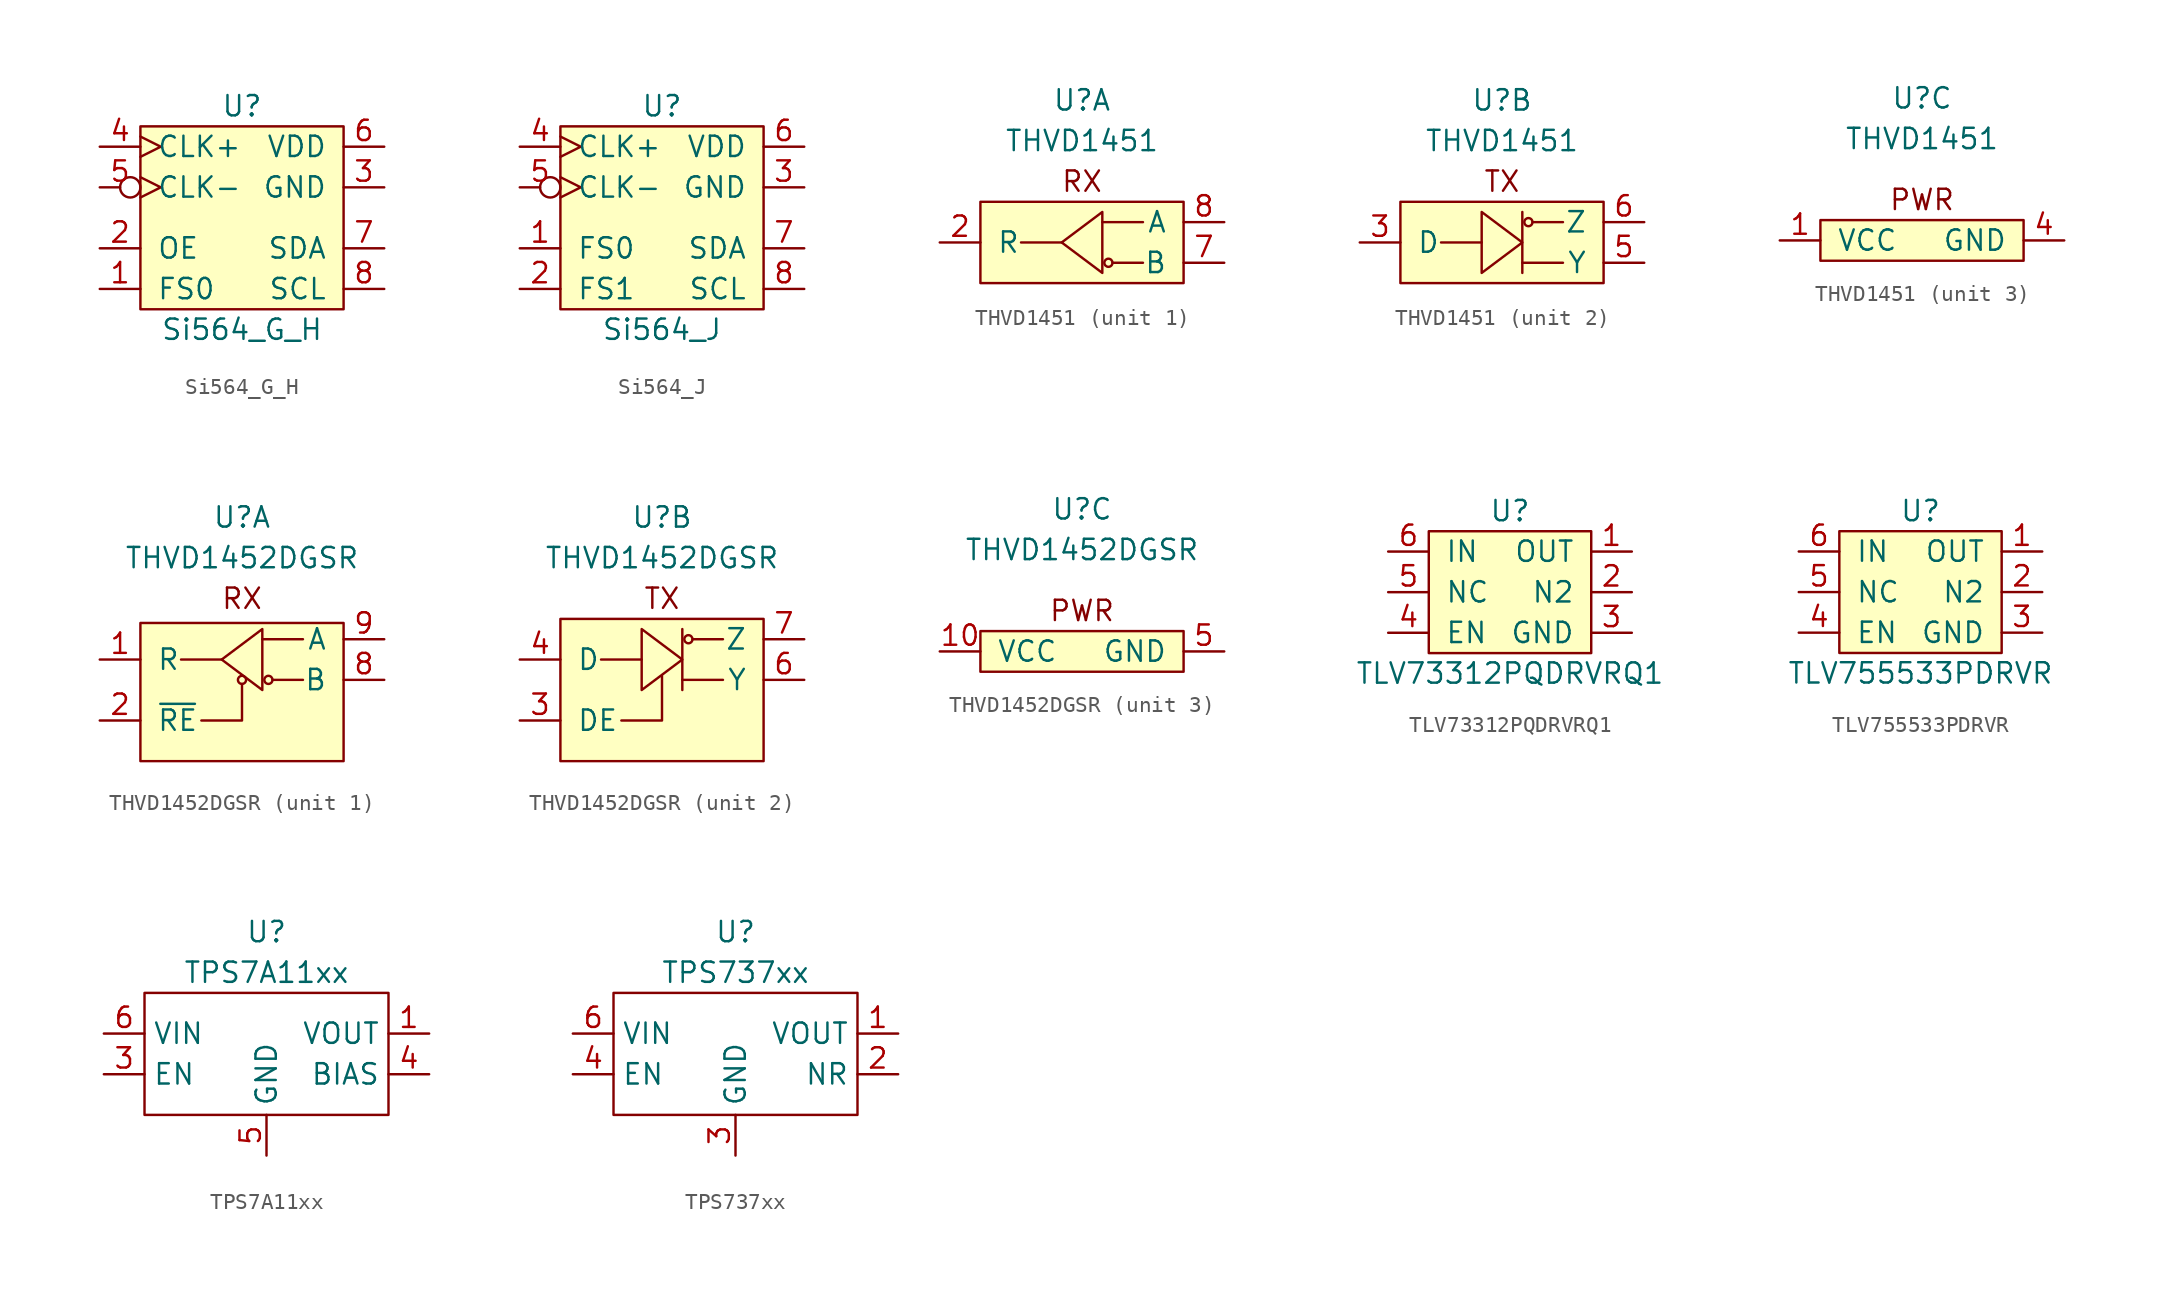
<source format=kicad_sym>
(kicad_symbol_lib
  (version 20211014)
  (generator kicad_symbol_editor)
  (symbol "Si564_G_H"
    (pin_names
      (offset 1.016))
    (property "Reference" "U"
      (at 0 6.35 0)
      (effects (font (size 1.27 1.27))))
    (property "Value" "Si564_G_H"
      (at 0 -7.62 0)
      (effects (font (size 1.27 1.27))))
    (symbol "Si564_G_H_0_1"
      (rectangle (start -6.35 5.08) (end 6.35 -6.35) (stroke (width 0) (type default) (color 0 0 0 0)) (fill (type background)))
      (pin passive line (at 8.89 1.27 180) (length 2.54) (name "GND" (effects (font (size 1.27 1.27)))) (number "3" (effects (font (size 1.27 1.27)))))
      (pin passive clock (at -8.89 3.81 0) (length 2.54) (name "CLK+" (effects (font (size 1.27 1.27)))) (number "4" (effects (font (size 1.27 1.27)))))
      (pin passive inverted_clock (at -8.89 1.27 0) (length 2.54) (name "CLK-" (effects (font (size 1.27 1.27)))) (number "5" (effects (font (size 1.27 1.27)))))
      (pin power_in line (at 8.89 3.81 180) (length 2.54) (name "VDD" (effects (font (size 1.27 1.27)))) (number "6" (effects (font (size 1.27 1.27)))))
      (pin passive line (at 8.89 -2.54 180) (length 2.54) (name "SDA" (effects (font (size 1.27 1.27)))) (number "7" (effects (font (size 1.27 1.27)))))
      (pin passive line (at 8.89 -5.08 180) (length 2.54) (name "SCL" (effects (font (size 1.27 1.27)))) (number "8" (effects (font (size 1.27 1.27))))))
    (symbol "Si564_G_H_1_1"
      (pin passive line (at -8.89 -5.08 0) (length 2.54) (name "FS0" (effects (font (size 1.27 1.27)))) (number "1" (effects (font (size 1.27 1.27)))))
      (pin passive line (at -8.89 -2.54 0) (length 2.54) (name "OE" (effects (font (size 1.27 1.27)))) (number "2" (effects (font (size 1.27 1.27)))))))
  (symbol "Si564_J"
    (pin_names
      (offset 1.016))
    (property "Reference" "U"
      (at 0 6.35 0)
      (effects (font (size 1.27 1.27))))
    (property "Value" "Si564_J"
      (at 0 -7.62 0)
      (effects (font (size 1.27 1.27))))
    (symbol "Si564_J_0_1"
      (rectangle (start -6.35 5.08) (end 6.35 -6.35) (stroke (width 0) (type default) (color 0 0 0 0)) (fill (type background)))
      (pin passive line (at 8.89 1.27 180) (length 2.54) (name "GND" (effects (font (size 1.27 1.27)))) (number "3" (effects (font (size 1.27 1.27)))))
      (pin passive clock (at -8.89 3.81 0) (length 2.54) (name "CLK+" (effects (font (size 1.27 1.27)))) (number "4" (effects (font (size 1.27 1.27)))))
      (pin passive inverted_clock (at -8.89 1.27 0) (length 2.54) (name "CLK-" (effects (font (size 1.27 1.27)))) (number "5" (effects (font (size 1.27 1.27)))))
      (pin power_in line (at 8.89 3.81 180) (length 2.54) (name "VDD" (effects (font (size 1.27 1.27)))) (number "6" (effects (font (size 1.27 1.27)))))
      (pin passive line (at 8.89 -2.54 180) (length 2.54) (name "SDA" (effects (font (size 1.27 1.27)))) (number "7" (effects (font (size 1.27 1.27)))))
      (pin passive line (at 8.89 -5.08 180) (length 2.54) (name "SCL" (effects (font (size 1.27 1.27)))) (number "8" (effects (font (size 1.27 1.27))))))
    (symbol "Si564_J_1_1"
      (pin passive line (at -8.89 -2.54 0) (length 2.54) (name "FS0" (effects (font (size 1.27 1.27)))) (number "1" (effects (font (size 1.27 1.27)))))
      (pin passive line (at -8.89 -5.08 0) (length 2.54) (name "FS1" (effects (font (size 1.27 1.27)))) (number "2" (effects (font (size 1.27 1.27)))))))
  (symbol "THVD1451"
    (pin_names
      (offset 1.016))
    (property "Reference" "U"
      (at 0 8.89 0)
      (effects (font (size 1.27 1.27))))
    (property "Value" "THVD1451"
      (at 0 6.35 0)
      (effects (font (size 1.27 1.27))))
    (property "ki_locked" ""
      (at 0 0 0)
      (effects (font (size 1.27 1.27))))
    (symbol "THVD1451_1_0"
      (text "RX" (at 0 3.81 0) (effects (font (size 1.27 1.27)))))
    (symbol "THVD1451_1_1"
      (rectangle (start -6.35 2.54) (end 6.35 -2.54) (stroke (width 0) (type default) (color 0 0 0 0)) (fill (type background)))
      (polyline (pts (xy -1.27 0) (xy -3.81 0)) (stroke (width 0) (type default) (color 0 0 0 0)) (fill (type none)))
      (polyline (pts (xy 3.175 -1.27) (xy 3.81 -1.27) (xy 1.905 -1.27)) (stroke (width 0) (type default) (color 0 0 0 0)) (fill (type none)))
      (polyline (pts (xy 3.175 1.27) (xy 3.81 1.27) (xy 1.27 1.27)) (stroke (width 0) (type default) (color 0 0 0 0)) (fill (type none)))
      (polyline (pts (xy -1.27 0) (xy 1.27 1.905) (xy 1.27 -1.905) (xy -1.27 0)) (stroke (width 0) (type default) (color 0 0 0 0)) (fill (type none)))
      (circle (center 1.651 -1.27) (radius 0.254) (stroke (width 0) (type default) (color 0 0 0 0)) (fill (type none)))
      (pin output line (at -8.89 0 0) (length 2.54) (name "R" (effects (font (size 1.27 1.27)))) (number "2" (effects (font (size 1.27 1.27)))))
      (pin input line (at 8.89 -1.27 180) (length 2.54) (name "B" (effects (font (size 1.27 1.27)))) (number "7" (effects (font (size 1.27 1.27)))))
      (pin input line (at 8.89 1.27 180) (length 2.54) (name "A" (effects (font (size 1.27 1.27)))) (number "8" (effects (font (size 1.27 1.27))))))
    (symbol "THVD1451_2_0"
      (text "TX" (at 0 3.81 0) (effects (font (size 1.27 1.27)))))
    (symbol "THVD1451_2_1"
      (rectangle (start -6.35 2.54) (end 6.35 -2.54) (stroke (width 0) (type default) (color 0 0 0 0)) (fill (type background)))
      (polyline (pts (xy -1.27 0) (xy -3.81 0)) (stroke (width 0) (type default) (color 0 0 0 0)) (fill (type none)))
      (polyline (pts (xy 1.27 1.905) (xy 1.27 -1.905)) (stroke (width 0) (type default) (color 0 0 0 0)) (fill (type none)))
      (polyline (pts (xy 3.175 -1.27) (xy 3.81 -1.27) (xy 1.27 -1.27)) (stroke (width 0) (type default) (color 0 0 0 0)) (fill (type none)))
      (polyline (pts (xy 3.175 1.27) (xy 3.81 1.27) (xy 1.905 1.27)) (stroke (width 0) (type default) (color 0 0 0 0)) (fill (type none)))
      (polyline (pts (xy 1.27 0) (xy -1.27 1.905) (xy -1.27 -1.905) (xy 1.27 0)) (stroke (width 0) (type default) (color 0 0 0 0)) (fill (type none)))
      (circle (center 1.651 1.27) (radius 0.254) (stroke (width 0) (type default) (color 0 0 0 0)) (fill (type none)))
      (pin input line (at -8.89 0 0) (length 2.54) (name "D" (effects (font (size 1.27 1.27)))) (number "3" (effects (font (size 1.27 1.27)))))
      (pin output line (at 8.89 -1.27 180) (length 2.54) (name "Y" (effects (font (size 1.27 1.27)))) (number "5" (effects (font (size 1.27 1.27)))))
      (pin output line (at 8.89 1.27 180) (length 2.54) (name "Z" (effects (font (size 1.27 1.27)))) (number "6" (effects (font (size 1.27 1.27))))))
    (symbol "THVD1451_3_0"
      (rectangle (start -6.35 1.27) (end 6.35 -1.27) (stroke (width 0) (type default) (color 0 0 0 0)) (fill (type background)))
      (text "PWR" (at 0 2.54 0) (effects (font (size 1.27 1.27)))))
    (symbol "THVD1451_3_1"
      (pin power_in line (at -8.89 0 0) (length 2.54) (name "VCC" (effects (font (size 1.27 1.27)))) (number "1" (effects (font (size 1.27 1.27)))))
      (pin passive line (at 8.89 0 180) (length 2.54) (name "GND" (effects (font (size 1.27 1.27)))) (number "4" (effects (font (size 1.27 1.27)))))
      (pin passive line (at 8.89 0 180) (length 2.54) hide (name "GND" (effects (font (size 1.27 1.27)))) (number "9" (effects (font (size 1.27 1.27)))))))
  (symbol "THVD1452DGSR"
    (pin_names
      (offset 1.016))
    (property "Reference" "U"
      (at 0 8.89 0)
      (effects (font (size 1.27 1.27))))
    (property "Value" "THVD1452DGSR"
      (at 0 6.35 0)
      (effects (font (size 1.27 1.27))))
    (property "ki_locked" ""
      (at 0 0 0)
      (effects (font (size 1.27 1.27))))
    (symbol "THVD1452DGSR_1_0"
      (text "RX" (at 0 3.81 0) (effects (font (size 1.27 1.27)))))
    (symbol "THVD1452DGSR_1_1"
      (rectangle (start -6.35 2.286) (end 6.35 -6.35) (stroke (width 0) (type default) (color 0 0 0 0)) (fill (type background)))
      (circle (center 0 -1.27) (radius 0.254) (stroke (width 0) (type default) (color 0 0 0 0)) (fill (type none)))
      (polyline (pts (xy -1.27 0) (xy -3.81 0)) (stroke (width 0) (type default) (color 0 0 0 0)) (fill (type none)))
      (polyline (pts (xy -2.54 -3.81) (xy 0 -3.81) (xy 0 -1.524)) (stroke (width 0.152) (type default) (color 0 0 0 0)) (fill (type none)))
      (polyline (pts (xy 3.175 -1.27) (xy 3.81 -1.27) (xy 1.905 -1.27)) (stroke (width 0) (type default) (color 0 0 0 0)) (fill (type none)))
      (polyline (pts (xy 3.175 1.27) (xy 3.81 1.27) (xy 1.27 1.27)) (stroke (width 0) (type default) (color 0 0 0 0)) (fill (type none)))
      (polyline (pts (xy -1.27 0) (xy 1.27 1.905) (xy 1.27 -1.905) (xy -1.27 0)) (stroke (width 0) (type default) (color 0 0 0 0)) (fill (type none)))
      (circle (center 1.651 -1.27) (radius 0.254) (stroke (width 0) (type default) (color 0 0 0 0)) (fill (type none)))
      (pin output line (at -8.89 0 0) (length 2.54) (name "R" (effects (font (size 1.27 1.27)))) (number "1" (effects (font (size 1.27 1.27)))))
      (pin input line (at -8.89 -3.81 0) (length 2.54) (name "~{RE}" (effects (font (size 1.27 1.27)))) (number "2" (effects (font (size 1.27 1.27)))))
      (pin input line (at 8.89 -1.27 180) (length 2.54) (name "B" (effects (font (size 1.27 1.27)))) (number "8" (effects (font (size 1.27 1.27)))))
      (pin input line (at 8.89 1.27 180) (length 2.54) (name "A" (effects (font (size 1.27 1.27)))) (number "9" (effects (font (size 1.27 1.27))))))
    (symbol "THVD1452DGSR_2_0"
      (text "TX" (at 0 3.81 0) (effects (font (size 1.27 1.27)))))
    (symbol "THVD1452DGSR_2_1"
      (rectangle (start -6.35 2.54) (end 6.35 -6.35) (stroke (width 0) (type default) (color 0 0 0 0)) (fill (type background)))
      (polyline (pts (xy -1.27 0) (xy -3.81 0)) (stroke (width 0) (type default) (color 0 0 0 0)) (fill (type none)))
      (polyline (pts (xy 1.27 1.905) (xy 1.27 -1.905)) (stroke (width 0) (type default) (color 0 0 0 0)) (fill (type none)))
      (polyline (pts (xy -2.54 -3.81) (xy 0 -3.81) (xy 0 -1.016)) (stroke (width 0.152) (type default) (color 0 0 0 0)) (fill (type none)))
      (polyline (pts (xy 3.175 -1.27) (xy 3.81 -1.27) (xy 1.27 -1.27)) (stroke (width 0) (type default) (color 0 0 0 0)) (fill (type none)))
      (polyline (pts (xy 3.175 1.27) (xy 3.81 1.27) (xy 1.905 1.27)) (stroke (width 0) (type default) (color 0 0 0 0)) (fill (type none)))
      (polyline (pts (xy 1.27 0) (xy -1.27 1.905) (xy -1.27 -1.905) (xy 1.27 0)) (stroke (width 0) (type default) (color 0 0 0 0)) (fill (type none)))
      (circle (center 1.651 1.27) (radius 0.254) (stroke (width 0) (type default) (color 0 0 0 0)) (fill (type none)))
      (pin input line (at -8.89 -3.81 0) (length 2.54) (name "DE" (effects (font (size 1.27 1.27)))) (number "3" (effects (font (size 1.27 1.27)))))
      (pin input line (at -8.89 0 0) (length 2.54) (name "D" (effects (font (size 1.27 1.27)))) (number "4" (effects (font (size 1.27 1.27)))))
      (pin output line (at 8.89 -1.27 180) (length 2.54) (name "Y" (effects (font (size 1.27 1.27)))) (number "6" (effects (font (size 1.27 1.27)))))
      (pin output line (at 8.89 1.27 180) (length 2.54) (name "Z" (effects (font (size 1.27 1.27)))) (number "7" (effects (font (size 1.27 1.27))))))
    (symbol "THVD1452DGSR_3_0"
      (rectangle (start -6.35 1.27) (end 6.35 -1.27) (stroke (width 0) (type default) (color 0 0 0 0)) (fill (type background)))
      (text "PWR" (at 0 2.54 0) (effects (font (size 1.27 1.27)))))
    (symbol "THVD1452DGSR_3_1"
      (pin power_in line (at -8.89 0 0) (length 2.54) (name "VCC" (effects (font (size 1.27 1.27)))) (number "10" (effects (font (size 1.27 1.27)))))
      (pin passive line (at 8.89 0 180) (length 2.54) (name "GND" (effects (font (size 1.27 1.27)))) (number "5" (effects (font (size 1.27 1.27)))))))
  (symbol "TLV73312PQDRVRQ1"
    (pin_names
      (offset 1.016))
    (property "Reference" "U"
      (at 0 5.08 0)
      (effects (font (size 1.27 1.27))))
    (property "Value" "TLV73312PQDRVRQ1"
      (at 0 -5.08 0)
      (effects (font (size 1.27 1.27))))
    (symbol "TLV73312PQDRVRQ1_0_1"
      (rectangle (start -5.08 3.81) (end 5.08 -3.81) (stroke (width 0) (type default) (color 0 0 0 0)) (fill (type background))))
    (symbol "TLV73312PQDRVRQ1_1_1"
      (pin power_out line (at 7.62 2.54 180) (length 2.54) (name "OUT" (effects (font (size 1.27 1.27)))) (number "1" (effects (font (size 1.27 1.27)))))
      (pin passive line (at 7.62 0 180) (length 2.54) (name "N2" (effects (font (size 1.27 1.27)))) (number "2" (effects (font (size 1.27 1.27)))))
      (pin passive line (at 7.62 -2.54 180) (length 2.54) (name "GND" (effects (font (size 1.27 1.27)))) (number "3" (effects (font (size 1.27 1.27)))))
      (pin input line (at -7.62 -2.54 0) (length 2.54) (name "EN" (effects (font (size 1.27 1.27)))) (number "4" (effects (font (size 1.27 1.27)))))
      (pin power_in line (at -7.62 0 0) (length 2.54) (name "NC" (effects (font (size 1.27 1.27)))) (number "5" (effects (font (size 1.27 1.27)))))
      (pin power_in line (at -7.62 2.54 0) (length 2.54) (name "IN" (effects (font (size 1.27 1.27)))) (number "6" (effects (font (size 1.27 1.27)))))
      (pin passive line (at 7.62 -2.54 180) (length 2.54) hide (name "GND" (effects (font (size 1.27 1.27)))) (number "7" (effects (font (size 1.27 1.27)))))))
  (symbol "TLV755533PDRVR"
    (pin_names
      (offset 1.016))
    (property "Reference" "U"
      (at 0 5.08 0)
      (effects (font (size 1.27 1.27))))
    (property "Value" "TLV755533PDRVR"
      (at 0 -5.08 0)
      (effects (font (size 1.27 1.27))))
    (symbol "TLV755533PDRVR_0_1"
      (rectangle (start -5.08 3.81) (end 5.08 -3.81) (stroke (width 0) (type default) (color 0 0 0 0)) (fill (type background))))
    (symbol "TLV755533PDRVR_1_1"
      (pin power_out line (at 7.62 2.54 180) (length 2.54) (name "OUT" (effects (font (size 1.27 1.27)))) (number "1" (effects (font (size 1.27 1.27)))))
      (pin passive line (at 7.62 0 180) (length 2.54) (name "N2" (effects (font (size 1.27 1.27)))) (number "2" (effects (font (size 1.27 1.27)))))
      (pin passive line (at 7.62 -2.54 180) (length 2.54) (name "GND" (effects (font (size 1.27 1.27)))) (number "3" (effects (font (size 1.27 1.27)))))
      (pin input line (at -7.62 -2.54 0) (length 2.54) (name "EN" (effects (font (size 1.27 1.27)))) (number "4" (effects (font (size 1.27 1.27)))))
      (pin power_in line (at -7.62 0 0) (length 2.54) (name "NC" (effects (font (size 1.27 1.27)))) (number "5" (effects (font (size 1.27 1.27)))))
      (pin power_in line (at -7.62 2.54 0) (length 2.54) (name "IN" (effects (font (size 1.27 1.27)))) (number "6" (effects (font (size 1.27 1.27)))))
      (pin passive line (at 7.62 -2.54 180) (length 2.54) hide (name "GND" (effects (font (size 1.27 1.27)))) (number "7" (effects (font (size 1.27 1.27)))))))
  (symbol "TPS7A11xx"
    (property "Reference" "U"
      (at 0 7.62 0)
      (effects (font (size 1.27 1.27))))
    (property "Value" "TPS7A11xx"
      (at 0 5.08 0)
      (effects (font (size 1.27 1.27))))
    (symbol "TPS7A11xx_0_1"
      (rectangle (start -7.62 3.81) (end 7.62 -3.81) (stroke (width 0.152) (type default) (color 0 0 0 0)) (fill (type none))))
    (symbol "TPS7A11xx_1_1"
      (pin power_out line (at 10.16 1.27 180) (length 2.54) (name "VOUT" (effects (font (size 1.27 1.27)))) (number "1" (effects (font (size 1.27 1.27)))))
      (pin passive line (at 10.16 1.27 180) (length 2.54) hide (name "NC" (effects (font (size 1.27 1.27)))) (number "2" (effects (font (size 1.27 1.27)))))
      (pin input line (at -10.16 -1.27 0) (length 2.54) (name "EN" (effects (font (size 1.27 1.27)))) (number "3" (effects (font (size 1.27 1.27)))))
      (pin passive line (at 10.16 -1.27 180) (length 2.54) (name "BIAS" (effects (font (size 1.27 1.27)))) (number "4" (effects (font (size 1.27 1.27)))))
      (pin passive line (at 0 -6.35 90) (length 2.54) (name "GND" (effects (font (size 1.27 1.27)))) (number "5" (effects (font (size 1.27 1.27)))))
      (pin power_in line (at -10.16 1.27 0) (length 2.54) (name "VIN" (effects (font (size 1.27 1.27)))) (number "6" (effects (font (size 1.27 1.27)))))
      (pin passive line (at 0 -6.35 90) (length 2.54) hide (name "GND" (effects (font (size 1.27 1.27)))) (number "7" (effects (font (size 1.27 1.27)))))))
  (symbol "TPS737xx"
    (property "Reference" "U"
      (at 0 7.62 0)
      (effects (font (size 1.27 1.27))))
    (property "Value" "TPS737xx"
      (at 0 5.08 0)
      (effects (font (size 1.27 1.27))))
    (symbol "TPS737xx_0_1"
      (rectangle (start -7.62 3.81) (end 7.62 -3.81) (stroke (width 0.152) (type default) (color 0 0 0 0)) (fill (type none))))
    (symbol "TPS737xx_1_1"
      (pin power_out line (at 10.16 1.27 180) (length 2.54) (name "VOUT" (effects (font (size 1.27 1.27)))) (number "1" (effects (font (size 1.27 1.27)))))
      (pin passive line (at 10.16 -1.27 180) (length 2.54) (name "NR" (effects (font (size 1.27 1.27)))) (number "2" (effects (font (size 1.27 1.27)))))
      (pin passive line (at 0 -6.35 90) (length 2.54) (name "GND" (effects (font (size 1.27 1.27)))) (number "3" (effects (font (size 1.27 1.27)))))
      (pin input line (at -10.16 -1.27 0) (length 2.54) (name "EN" (effects (font (size 1.27 1.27)))) (number "4" (effects (font (size 1.27 1.27)))))
      (pin passive line (at -10.16 1.27 0) (length 2.54) hide (name "NC" (effects (font (size 1.27 1.27)))) (number "5" (effects (font (size 1.27 1.27)))))
      (pin power_in line (at -10.16 1.27 0) (length 2.54) (name "VIN" (effects (font (size 1.27 1.27)))) (number "6" (effects (font (size 1.27 1.27)))))
      (pin passive line (at 0 -6.35 90) (length 2.54) hide (name "GND" (effects (font (size 1.27 1.27)))) (number "7" (effects (font (size 1.27 1.27))))))))
</source>
